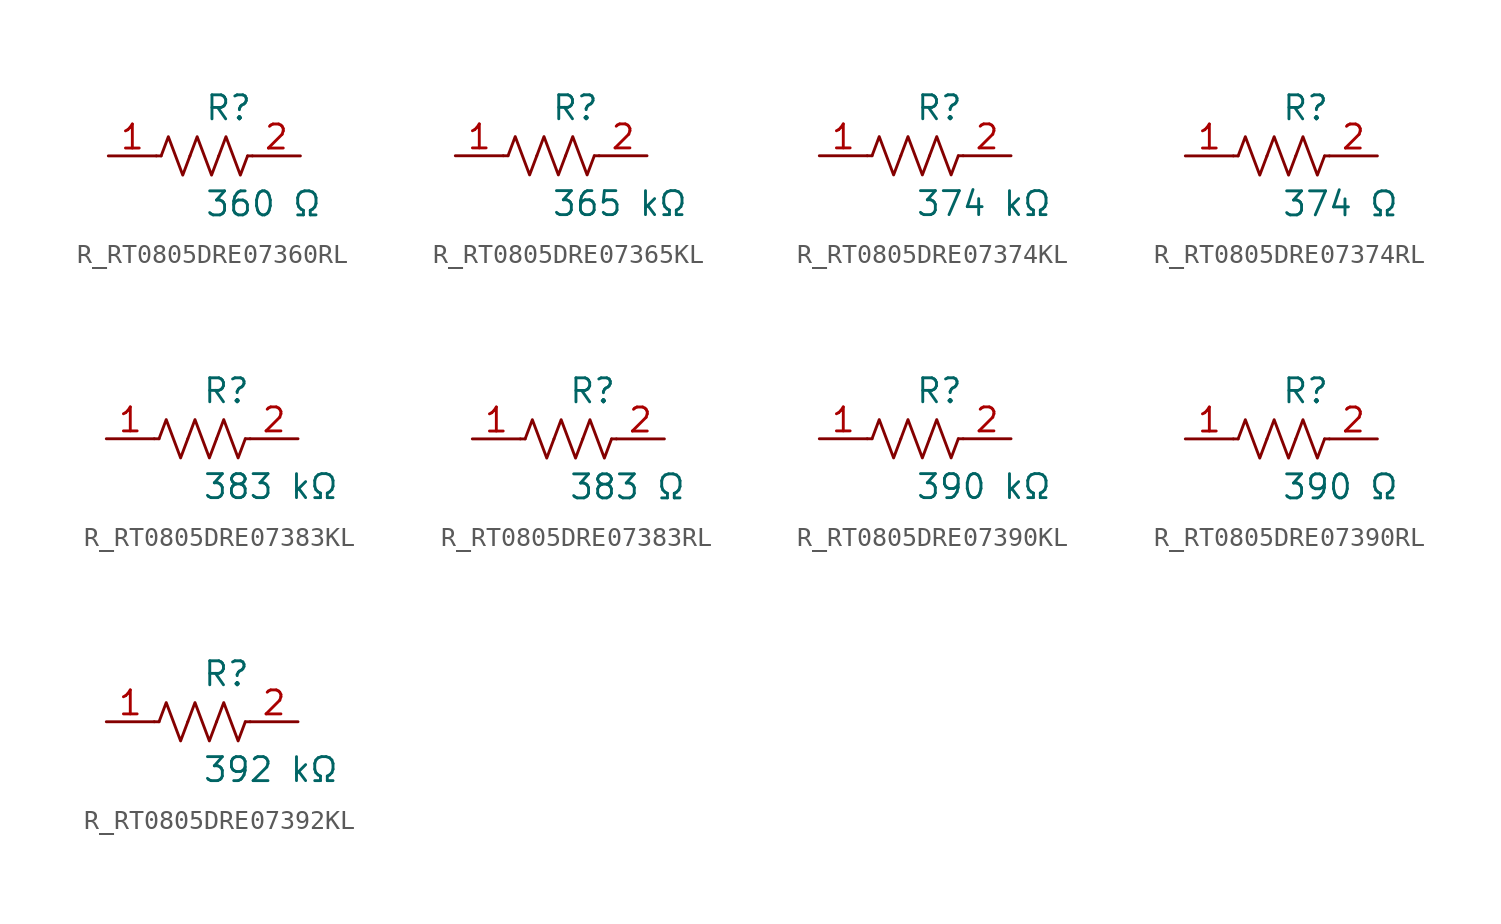
<source format=kicad_sym>
(kicad_symbol_lib
  (version 20231120)
  (generator kicad_symbol_editor)
  (generator_version 8.0)
  (symbol "R_RT0805DRE07360RL"
    (pin_names
      (offset 0.254))
    (property "Reference" "R"
      (at 0 2.54 0)
      (effects (font (size 1.27 1.27)) (justify left)))
    (property "Value" "360 Ω"
      (at 0 -2.54 0)
      (effects (font (size 1.27 1.27)) (justify left)))
    (symbol "R_RT0805DRE07360RL_0_1"
      (polyline (pts (xy 2.286 0) (xy 2.54 0)) (stroke (width 0) (type default)) (fill (type none)))
      (polyline (pts (xy -2.286 0) (xy -2.54 0)) (stroke (width 0) (type default)) (fill (type none)))
      (polyline (pts (xy 0.762 0) (xy 1.143 1.016) (xy 1.524 0) (xy 1.905 -1.016) (xy 2.286 0)) (stroke (width 0) (type default)) (fill (type none)))
      (polyline (pts (xy -0.762 0) (xy -0.381 1.016) (xy 0 0) (xy 0.381 -1.016) (xy 0.762 0)) (stroke (width 0) (type default)) (fill (type none)))
      (polyline (pts (xy -2.286 0) (xy -1.905 1.016) (xy -1.524 0) (xy -1.143 -1.016) (xy -0.762 0)) (stroke (width 0) (type default)) (fill (type none))))
    (pin passive line
      (at -5.08 0 0)
      (length 2.54)
      (name "" (effects (font (size 1.27 1.27))))
      (number "1" (effects (font (size 1.27 1.27)))))
    (pin passive line
      (at 5.08 0 180)
      (length 2.54)
      (name "" (effects (font (size 1.27 1.27))))
      (number "2" (effects (font (size 1.27 1.27))))))
  (symbol "R_RT0805DRE07365KL"
    (pin_names
      (offset 0.254))
    (property "Reference" "R"
      (at 0 2.54 0)
      (effects (font (size 1.27 1.27)) (justify left)))
    (property "Value" "365 kΩ"
      (at 0 -2.54 0)
      (effects (font (size 1.27 1.27)) (justify left)))
    (symbol "R_RT0805DRE07365KL_0_1"
      (polyline (pts (xy 2.286 0) (xy 2.54 0)) (stroke (width 0) (type default)) (fill (type none)))
      (polyline (pts (xy -2.286 0) (xy -2.54 0)) (stroke (width 0) (type default)) (fill (type none)))
      (polyline (pts (xy 0.762 0) (xy 1.143 1.016) (xy 1.524 0) (xy 1.905 -1.016) (xy 2.286 0)) (stroke (width 0) (type default)) (fill (type none)))
      (polyline (pts (xy -0.762 0) (xy -0.381 1.016) (xy 0 0) (xy 0.381 -1.016) (xy 0.762 0)) (stroke (width 0) (type default)) (fill (type none)))
      (polyline (pts (xy -2.286 0) (xy -1.905 1.016) (xy -1.524 0) (xy -1.143 -1.016) (xy -0.762 0)) (stroke (width 0) (type default)) (fill (type none))))
    (pin passive line
      (at -5.08 0 0)
      (length 2.54)
      (name "" (effects (font (size 1.27 1.27))))
      (number "1" (effects (font (size 1.27 1.27)))))
    (pin passive line
      (at 5.08 0 180)
      (length 2.54)
      (name "" (effects (font (size 1.27 1.27))))
      (number "2" (effects (font (size 1.27 1.27))))))
  (symbol "R_RT0805DRE07374KL"
    (pin_names
      (offset 0.254))
    (property "Reference" "R"
      (at 0 2.54 0)
      (effects (font (size 1.27 1.27)) (justify left)))
    (property "Value" "374 kΩ"
      (at 0 -2.54 0)
      (effects (font (size 1.27 1.27)) (justify left)))
    (symbol "R_RT0805DRE07374KL_0_1"
      (polyline (pts (xy 2.286 0) (xy 2.54 0)) (stroke (width 0) (type default)) (fill (type none)))
      (polyline (pts (xy -2.286 0) (xy -2.54 0)) (stroke (width 0) (type default)) (fill (type none)))
      (polyline (pts (xy 0.762 0) (xy 1.143 1.016) (xy 1.524 0) (xy 1.905 -1.016) (xy 2.286 0)) (stroke (width 0) (type default)) (fill (type none)))
      (polyline (pts (xy -0.762 0) (xy -0.381 1.016) (xy 0 0) (xy 0.381 -1.016) (xy 0.762 0)) (stroke (width 0) (type default)) (fill (type none)))
      (polyline (pts (xy -2.286 0) (xy -1.905 1.016) (xy -1.524 0) (xy -1.143 -1.016) (xy -0.762 0)) (stroke (width 0) (type default)) (fill (type none))))
    (pin passive line
      (at -5.08 0 0)
      (length 2.54)
      (name "" (effects (font (size 1.27 1.27))))
      (number "1" (effects (font (size 1.27 1.27)))))
    (pin passive line
      (at 5.08 0 180)
      (length 2.54)
      (name "" (effects (font (size 1.27 1.27))))
      (number "2" (effects (font (size 1.27 1.27))))))
  (symbol "R_RT0805DRE07374RL"
    (pin_names
      (offset 0.254))
    (property "Reference" "R"
      (at 0 2.54 0)
      (effects (font (size 1.27 1.27)) (justify left)))
    (property "Value" "374 Ω"
      (at 0 -2.54 0)
      (effects (font (size 1.27 1.27)) (justify left)))
    (symbol "R_RT0805DRE07374RL_0_1"
      (polyline (pts (xy 2.286 0) (xy 2.54 0)) (stroke (width 0) (type default)) (fill (type none)))
      (polyline (pts (xy -2.286 0) (xy -2.54 0)) (stroke (width 0) (type default)) (fill (type none)))
      (polyline (pts (xy 0.762 0) (xy 1.143 1.016) (xy 1.524 0) (xy 1.905 -1.016) (xy 2.286 0)) (stroke (width 0) (type default)) (fill (type none)))
      (polyline (pts (xy -0.762 0) (xy -0.381 1.016) (xy 0 0) (xy 0.381 -1.016) (xy 0.762 0)) (stroke (width 0) (type default)) (fill (type none)))
      (polyline (pts (xy -2.286 0) (xy -1.905 1.016) (xy -1.524 0) (xy -1.143 -1.016) (xy -0.762 0)) (stroke (width 0) (type default)) (fill (type none))))
    (pin passive line
      (at -5.08 0 0)
      (length 2.54)
      (name "" (effects (font (size 1.27 1.27))))
      (number "1" (effects (font (size 1.27 1.27)))))
    (pin passive line
      (at 5.08 0 180)
      (length 2.54)
      (name "" (effects (font (size 1.27 1.27))))
      (number "2" (effects (font (size 1.27 1.27))))))
  (symbol "R_RT0805DRE07383KL"
    (pin_names
      (offset 0.254))
    (property "Reference" "R"
      (at 0 2.54 0)
      (effects (font (size 1.27 1.27)) (justify left)))
    (property "Value" "383 kΩ"
      (at 0 -2.54 0)
      (effects (font (size 1.27 1.27)) (justify left)))
    (symbol "R_RT0805DRE07383KL_0_1"
      (polyline (pts (xy 2.286 0) (xy 2.54 0)) (stroke (width 0) (type default)) (fill (type none)))
      (polyline (pts (xy -2.286 0) (xy -2.54 0)) (stroke (width 0) (type default)) (fill (type none)))
      (polyline (pts (xy 0.762 0) (xy 1.143 1.016) (xy 1.524 0) (xy 1.905 -1.016) (xy 2.286 0)) (stroke (width 0) (type default)) (fill (type none)))
      (polyline (pts (xy -0.762 0) (xy -0.381 1.016) (xy 0 0) (xy 0.381 -1.016) (xy 0.762 0)) (stroke (width 0) (type default)) (fill (type none)))
      (polyline (pts (xy -2.286 0) (xy -1.905 1.016) (xy -1.524 0) (xy -1.143 -1.016) (xy -0.762 0)) (stroke (width 0) (type default)) (fill (type none))))
    (pin passive line
      (at -5.08 0 0)
      (length 2.54)
      (name "" (effects (font (size 1.27 1.27))))
      (number "1" (effects (font (size 1.27 1.27)))))
    (pin passive line
      (at 5.08 0 180)
      (length 2.54)
      (name "" (effects (font (size 1.27 1.27))))
      (number "2" (effects (font (size 1.27 1.27))))))
  (symbol "R_RT0805DRE07383RL"
    (pin_names
      (offset 0.254))
    (property "Reference" "R"
      (at 0 2.54 0)
      (effects (font (size 1.27 1.27)) (justify left)))
    (property "Value" "383 Ω"
      (at 0 -2.54 0)
      (effects (font (size 1.27 1.27)) (justify left)))
    (symbol "R_RT0805DRE07383RL_0_1"
      (polyline (pts (xy 2.286 0) (xy 2.54 0)) (stroke (width 0) (type default)) (fill (type none)))
      (polyline (pts (xy -2.286 0) (xy -2.54 0)) (stroke (width 0) (type default)) (fill (type none)))
      (polyline (pts (xy 0.762 0) (xy 1.143 1.016) (xy 1.524 0) (xy 1.905 -1.016) (xy 2.286 0)) (stroke (width 0) (type default)) (fill (type none)))
      (polyline (pts (xy -0.762 0) (xy -0.381 1.016) (xy 0 0) (xy 0.381 -1.016) (xy 0.762 0)) (stroke (width 0) (type default)) (fill (type none)))
      (polyline (pts (xy -2.286 0) (xy -1.905 1.016) (xy -1.524 0) (xy -1.143 -1.016) (xy -0.762 0)) (stroke (width 0) (type default)) (fill (type none))))
    (pin passive line
      (at -5.08 0 0)
      (length 2.54)
      (name "" (effects (font (size 1.27 1.27))))
      (number "1" (effects (font (size 1.27 1.27)))))
    (pin passive line
      (at 5.08 0 180)
      (length 2.54)
      (name "" (effects (font (size 1.27 1.27))))
      (number "2" (effects (font (size 1.27 1.27))))))
  (symbol "R_RT0805DRE07390KL"
    (pin_names
      (offset 0.254))
    (property "Reference" "R"
      (at 0 2.54 0)
      (effects (font (size 1.27 1.27)) (justify left)))
    (property "Value" "390 kΩ"
      (at 0 -2.54 0)
      (effects (font (size 1.27 1.27)) (justify left)))
    (symbol "R_RT0805DRE07390KL_0_1"
      (polyline (pts (xy 2.286 0) (xy 2.54 0)) (stroke (width 0) (type default)) (fill (type none)))
      (polyline (pts (xy -2.286 0) (xy -2.54 0)) (stroke (width 0) (type default)) (fill (type none)))
      (polyline (pts (xy 0.762 0) (xy 1.143 1.016) (xy 1.524 0) (xy 1.905 -1.016) (xy 2.286 0)) (stroke (width 0) (type default)) (fill (type none)))
      (polyline (pts (xy -0.762 0) (xy -0.381 1.016) (xy 0 0) (xy 0.381 -1.016) (xy 0.762 0)) (stroke (width 0) (type default)) (fill (type none)))
      (polyline (pts (xy -2.286 0) (xy -1.905 1.016) (xy -1.524 0) (xy -1.143 -1.016) (xy -0.762 0)) (stroke (width 0) (type default)) (fill (type none))))
    (pin passive line
      (at -5.08 0 0)
      (length 2.54)
      (name "" (effects (font (size 1.27 1.27))))
      (number "1" (effects (font (size 1.27 1.27)))))
    (pin passive line
      (at 5.08 0 180)
      (length 2.54)
      (name "" (effects (font (size 1.27 1.27))))
      (number "2" (effects (font (size 1.27 1.27))))))
  (symbol "R_RT0805DRE07390RL"
    (pin_names
      (offset 0.254))
    (property "Reference" "R"
      (at 0 2.54 0)
      (effects (font (size 1.27 1.27)) (justify left)))
    (property "Value" "390 Ω"
      (at 0 -2.54 0)
      (effects (font (size 1.27 1.27)) (justify left)))
    (symbol "R_RT0805DRE07390RL_0_1"
      (polyline (pts (xy 2.286 0) (xy 2.54 0)) (stroke (width 0) (type default)) (fill (type none)))
      (polyline (pts (xy -2.286 0) (xy -2.54 0)) (stroke (width 0) (type default)) (fill (type none)))
      (polyline (pts (xy 0.762 0) (xy 1.143 1.016) (xy 1.524 0) (xy 1.905 -1.016) (xy 2.286 0)) (stroke (width 0) (type default)) (fill (type none)))
      (polyline (pts (xy -0.762 0) (xy -0.381 1.016) (xy 0 0) (xy 0.381 -1.016) (xy 0.762 0)) (stroke (width 0) (type default)) (fill (type none)))
      (polyline (pts (xy -2.286 0) (xy -1.905 1.016) (xy -1.524 0) (xy -1.143 -1.016) (xy -0.762 0)) (stroke (width 0) (type default)) (fill (type none))))
    (pin passive line
      (at -5.08 0 0)
      (length 2.54)
      (name "" (effects (font (size 1.27 1.27))))
      (number "1" (effects (font (size 1.27 1.27)))))
    (pin passive line
      (at 5.08 0 180)
      (length 2.54)
      (name "" (effects (font (size 1.27 1.27))))
      (number "2" (effects (font (size 1.27 1.27))))))
  (symbol "R_RT0805DRE07392KL"
    (pin_names
      (offset 0.254))
    (property "Reference" "R"
      (at 0 2.54 0)
      (effects (font (size 1.27 1.27)) (justify left)))
    (property "Value" "392 kΩ"
      (at 0 -2.54 0)
      (effects (font (size 1.27 1.27)) (justify left)))
    (symbol "R_RT0805DRE07392KL_0_1"
      (polyline (pts (xy 2.286 0) (xy 2.54 0)) (stroke (width 0) (type default)) (fill (type none)))
      (polyline (pts (xy -2.286 0) (xy -2.54 0)) (stroke (width 0) (type default)) (fill (type none)))
      (polyline (pts (xy 0.762 0) (xy 1.143 1.016) (xy 1.524 0) (xy 1.905 -1.016) (xy 2.286 0)) (stroke (width 0) (type default)) (fill (type none)))
      (polyline (pts (xy -0.762 0) (xy -0.381 1.016) (xy 0 0) (xy 0.381 -1.016) (xy 0.762 0)) (stroke (width 0) (type default)) (fill (type none)))
      (polyline (pts (xy -2.286 0) (xy -1.905 1.016) (xy -1.524 0) (xy -1.143 -1.016) (xy -0.762 0)) (stroke (width 0) (type default)) (fill (type none))))
    (pin passive line
      (at -5.08 0 0)
      (length 2.54)
      (name "" (effects (font (size 1.27 1.27))))
      (number "1" (effects (font (size 1.27 1.27)))))
    (pin passive line
      (at 5.08 0 180)
      (length 2.54)
      (name "" (effects (font (size 1.27 1.27))))
      (number "2" (effects (font (size 1.27 1.27)))))))
</source>
